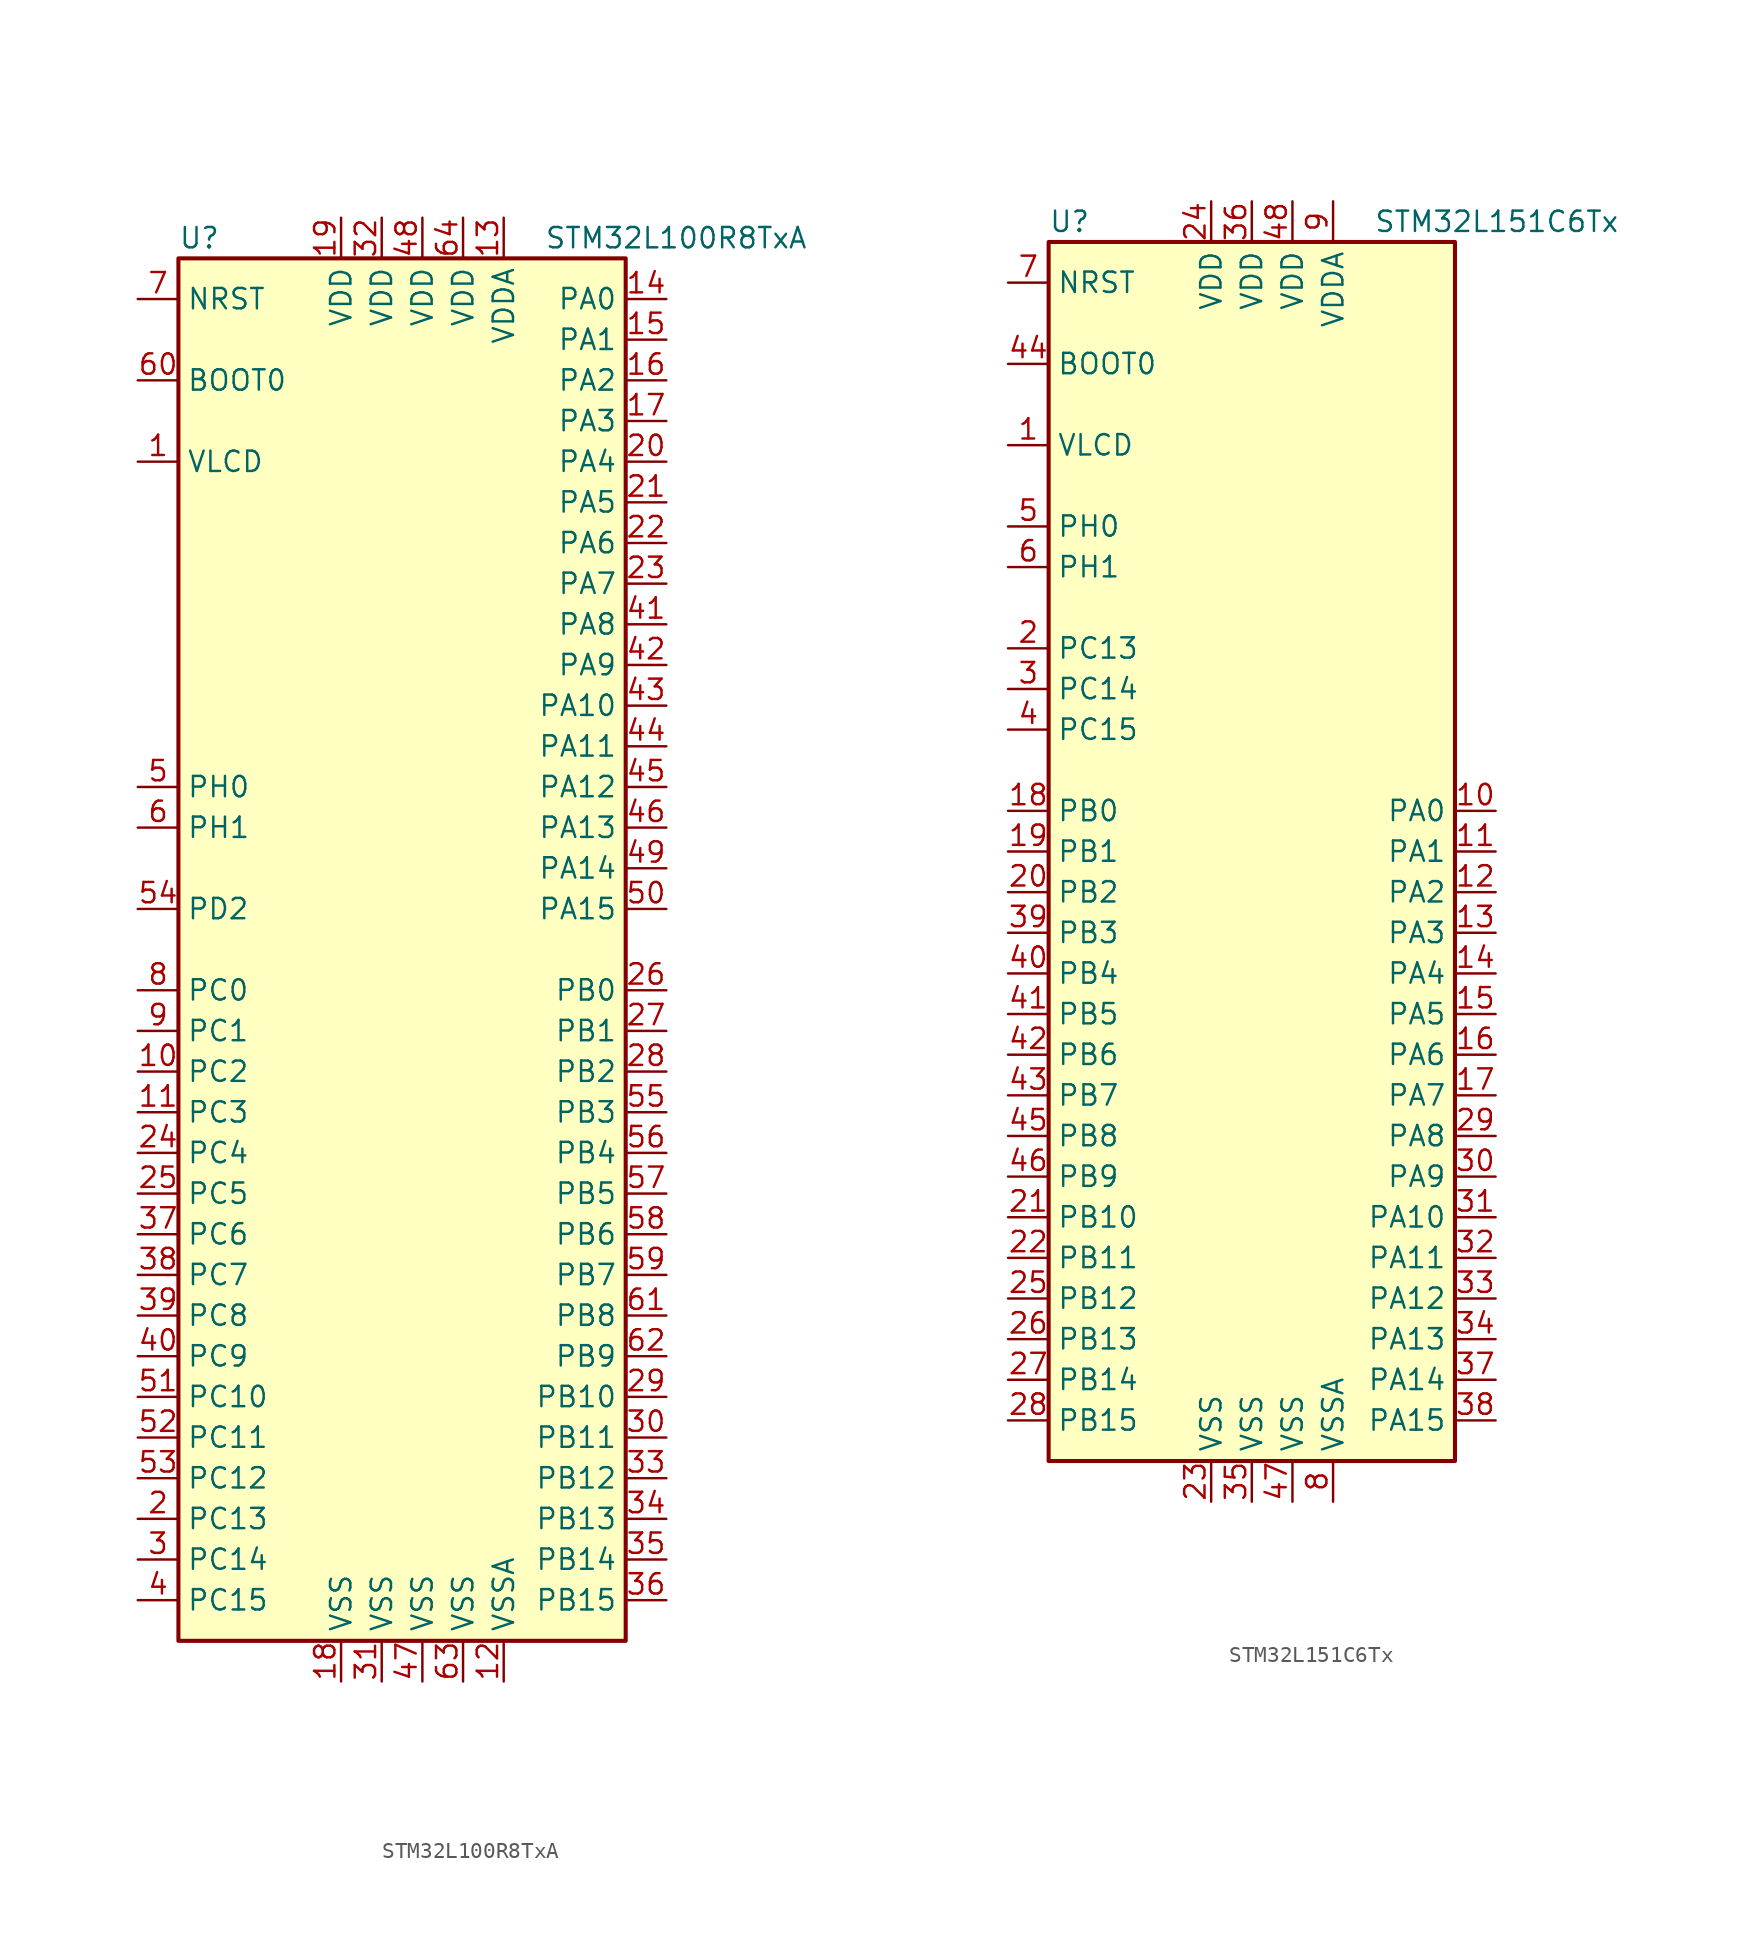
<source format=kicad_sym>
(kicad_symbol_lib
  (version 20211014)
  (generator kicad_symbol_editor)
  (symbol "STM32L100R8TxA"
    (property "Reference" "U"
      (at -15.24 44.45 0)
      (effects (font (size 1.27 1.27)) (justify left)))
    (property "Value" "STM32L100R8TxA"
      (at 7.62 44.45 0)
      (effects (font (size 1.27 1.27)) (justify left)))
    (symbol "STM32L100R8TxA_0_1"
      (rectangle (start -15.24 -43.18) (end 12.7 43.18) (stroke (width 0.254) (type default) (color 0 0 0 0)) (fill (type background))))
    (symbol "STM32L100R8TxA_1_1"
      (pin power_in line (at -17.78 30.48 0) (length 2.54) (name "VLCD" (effects (font (size 1.27 1.27)))) (number "1" (effects (font (size 1.27 1.27)))))
      (pin bidirectional line (at -17.78 -7.62 0) (length 2.54) (name "PC2" (effects (font (size 1.27 1.27)))) (number "10" (effects (font (size 1.27 1.27)))))
      (pin bidirectional line (at -17.78 -10.16 0) (length 2.54) (name "PC3" (effects (font (size 1.27 1.27)))) (number "11" (effects (font (size 1.27 1.27)))))
      (pin power_in line (at 5.08 -45.72 90) (length 2.54) (name "VSSA" (effects (font (size 1.27 1.27)))) (number "12" (effects (font (size 1.27 1.27)))))
      (pin power_in line (at 5.08 45.72 270) (length 2.54) (name "VDDA" (effects (font (size 1.27 1.27)))) (number "13" (effects (font (size 1.27 1.27)))))
      (pin bidirectional line (at 15.24 40.64 180) (length 2.54) (name "PA0" (effects (font (size 1.27 1.27)))) (number "14" (effects (font (size 1.27 1.27)))))
      (pin bidirectional line (at 15.24 38.1 180) (length 2.54) (name "PA1" (effects (font (size 1.27 1.27)))) (number "15" (effects (font (size 1.27 1.27)))))
      (pin bidirectional line (at 15.24 35.56 180) (length 2.54) (name "PA2" (effects (font (size 1.27 1.27)))) (number "16" (effects (font (size 1.27 1.27)))))
      (pin bidirectional line (at 15.24 33.02 180) (length 2.54) (name "PA3" (effects (font (size 1.27 1.27)))) (number "17" (effects (font (size 1.27 1.27)))))
      (pin power_in line (at -5.08 -45.72 90) (length 2.54) (name "VSS" (effects (font (size 1.27 1.27)))) (number "18" (effects (font (size 1.27 1.27)))))
      (pin power_in line (at -5.08 45.72 270) (length 2.54) (name "VDD" (effects (font (size 1.27 1.27)))) (number "19" (effects (font (size 1.27 1.27)))))
      (pin bidirectional line (at -17.78 -35.56 0) (length 2.54) (name "PC13" (effects (font (size 1.27 1.27)))) (number "2" (effects (font (size 1.27 1.27)))))
      (pin bidirectional line (at 15.24 30.48 180) (length 2.54) (name "PA4" (effects (font (size 1.27 1.27)))) (number "20" (effects (font (size 1.27 1.27)))))
      (pin bidirectional line (at 15.24 27.94 180) (length 2.54) (name "PA5" (effects (font (size 1.27 1.27)))) (number "21" (effects (font (size 1.27 1.27)))))
      (pin bidirectional line (at 15.24 25.4 180) (length 2.54) (name "PA6" (effects (font (size 1.27 1.27)))) (number "22" (effects (font (size 1.27 1.27)))))
      (pin bidirectional line (at 15.24 22.86 180) (length 2.54) (name "PA7" (effects (font (size 1.27 1.27)))) (number "23" (effects (font (size 1.27 1.27)))))
      (pin bidirectional line (at -17.78 -12.7 0) (length 2.54) (name "PC4" (effects (font (size 1.27 1.27)))) (number "24" (effects (font (size 1.27 1.27)))))
      (pin bidirectional line (at -17.78 -15.24 0) (length 2.54) (name "PC5" (effects (font (size 1.27 1.27)))) (number "25" (effects (font (size 1.27 1.27)))))
      (pin bidirectional line (at 15.24 -2.54 180) (length 2.54) (name "PB0" (effects (font (size 1.27 1.27)))) (number "26" (effects (font (size 1.27 1.27)))))
      (pin bidirectional line (at 15.24 -5.08 180) (length 2.54) (name "PB1" (effects (font (size 1.27 1.27)))) (number "27" (effects (font (size 1.27 1.27)))))
      (pin bidirectional line (at 15.24 -7.62 180) (length 2.54) (name "PB2" (effects (font (size 1.27 1.27)))) (number "28" (effects (font (size 1.27 1.27)))))
      (pin bidirectional line (at 15.24 -27.94 180) (length 2.54) (name "PB10" (effects (font (size 1.27 1.27)))) (number "29" (effects (font (size 1.27 1.27)))))
      (pin bidirectional line (at -17.78 -38.1 0) (length 2.54) (name "PC14" (effects (font (size 1.27 1.27)))) (number "3" (effects (font (size 1.27 1.27)))))
      (pin bidirectional line (at 15.24 -30.48 180) (length 2.54) (name "PB11" (effects (font (size 1.27 1.27)))) (number "30" (effects (font (size 1.27 1.27)))))
      (pin power_in line (at -2.54 -45.72 90) (length 2.54) (name "VSS" (effects (font (size 1.27 1.27)))) (number "31" (effects (font (size 1.27 1.27)))))
      (pin power_in line (at -2.54 45.72 270) (length 2.54) (name "VDD" (effects (font (size 1.27 1.27)))) (number "32" (effects (font (size 1.27 1.27)))))
      (pin bidirectional line (at 15.24 -33.02 180) (length 2.54) (name "PB12" (effects (font (size 1.27 1.27)))) (number "33" (effects (font (size 1.27 1.27)))))
      (pin bidirectional line (at 15.24 -35.56 180) (length 2.54) (name "PB13" (effects (font (size 1.27 1.27)))) (number "34" (effects (font (size 1.27 1.27)))))
      (pin bidirectional line (at 15.24 -38.1 180) (length 2.54) (name "PB14" (effects (font (size 1.27 1.27)))) (number "35" (effects (font (size 1.27 1.27)))))
      (pin bidirectional line (at 15.24 -40.64 180) (length 2.54) (name "PB15" (effects (font (size 1.27 1.27)))) (number "36" (effects (font (size 1.27 1.27)))))
      (pin bidirectional line (at -17.78 -17.78 0) (length 2.54) (name "PC6" (effects (font (size 1.27 1.27)))) (number "37" (effects (font (size 1.27 1.27)))))
      (pin bidirectional line (at -17.78 -20.32 0) (length 2.54) (name "PC7" (effects (font (size 1.27 1.27)))) (number "38" (effects (font (size 1.27 1.27)))))
      (pin bidirectional line (at -17.78 -22.86 0) (length 2.54) (name "PC8" (effects (font (size 1.27 1.27)))) (number "39" (effects (font (size 1.27 1.27)))))
      (pin bidirectional line (at -17.78 -40.64 0) (length 2.54) (name "PC15" (effects (font (size 1.27 1.27)))) (number "4" (effects (font (size 1.27 1.27)))))
      (pin bidirectional line (at -17.78 -25.4 0) (length 2.54) (name "PC9" (effects (font (size 1.27 1.27)))) (number "40" (effects (font (size 1.27 1.27)))))
      (pin bidirectional line (at 15.24 20.32 180) (length 2.54) (name "PA8" (effects (font (size 1.27 1.27)))) (number "41" (effects (font (size 1.27 1.27)))))
      (pin bidirectional line (at 15.24 17.78 180) (length 2.54) (name "PA9" (effects (font (size 1.27 1.27)))) (number "42" (effects (font (size 1.27 1.27)))))
      (pin bidirectional line (at 15.24 15.24 180) (length 2.54) (name "PA10" (effects (font (size 1.27 1.27)))) (number "43" (effects (font (size 1.27 1.27)))))
      (pin bidirectional line (at 15.24 12.7 180) (length 2.54) (name "PA11" (effects (font (size 1.27 1.27)))) (number "44" (effects (font (size 1.27 1.27)))))
      (pin bidirectional line (at 15.24 10.16 180) (length 2.54) (name "PA12" (effects (font (size 1.27 1.27)))) (number "45" (effects (font (size 1.27 1.27)))))
      (pin bidirectional line (at 15.24 7.62 180) (length 2.54) (name "PA13" (effects (font (size 1.27 1.27)))) (number "46" (effects (font (size 1.27 1.27)))))
      (pin power_in line (at 0 -45.72 90) (length 2.54) (name "VSS" (effects (font (size 1.27 1.27)))) (number "47" (effects (font (size 1.27 1.27)))))
      (pin power_in line (at 0 45.72 270) (length 2.54) (name "VDD" (effects (font (size 1.27 1.27)))) (number "48" (effects (font (size 1.27 1.27)))))
      (pin bidirectional line (at 15.24 5.08 180) (length 2.54) (name "PA14" (effects (font (size 1.27 1.27)))) (number "49" (effects (font (size 1.27 1.27)))))
      (pin input line (at -17.78 10.16 0) (length 2.54) (name "PH0" (effects (font (size 1.27 1.27)))) (number "5" (effects (font (size 1.27 1.27)))))
      (pin bidirectional line (at 15.24 2.54 180) (length 2.54) (name "PA15" (effects (font (size 1.27 1.27)))) (number "50" (effects (font (size 1.27 1.27)))))
      (pin bidirectional line (at -17.78 -27.94 0) (length 2.54) (name "PC10" (effects (font (size 1.27 1.27)))) (number "51" (effects (font (size 1.27 1.27)))))
      (pin bidirectional line (at -17.78 -30.48 0) (length 2.54) (name "PC11" (effects (font (size 1.27 1.27)))) (number "52" (effects (font (size 1.27 1.27)))))
      (pin bidirectional line (at -17.78 -33.02 0) (length 2.54) (name "PC12" (effects (font (size 1.27 1.27)))) (number "53" (effects (font (size 1.27 1.27)))))
      (pin bidirectional line (at -17.78 2.54 0) (length 2.54) (name "PD2" (effects (font (size 1.27 1.27)))) (number "54" (effects (font (size 1.27 1.27)))))
      (pin bidirectional line (at 15.24 -10.16 180) (length 2.54) (name "PB3" (effects (font (size 1.27 1.27)))) (number "55" (effects (font (size 1.27 1.27)))))
      (pin bidirectional line (at 15.24 -12.7 180) (length 2.54) (name "PB4" (effects (font (size 1.27 1.27)))) (number "56" (effects (font (size 1.27 1.27)))))
      (pin bidirectional line (at 15.24 -15.24 180) (length 2.54) (name "PB5" (effects (font (size 1.27 1.27)))) (number "57" (effects (font (size 1.27 1.27)))))
      (pin bidirectional line (at 15.24 -17.78 180) (length 2.54) (name "PB6" (effects (font (size 1.27 1.27)))) (number "58" (effects (font (size 1.27 1.27)))))
      (pin bidirectional line (at 15.24 -20.32 180) (length 2.54) (name "PB7" (effects (font (size 1.27 1.27)))) (number "59" (effects (font (size 1.27 1.27)))))
      (pin input line (at -17.78 7.62 0) (length 2.54) (name "PH1" (effects (font (size 1.27 1.27)))) (number "6" (effects (font (size 1.27 1.27)))))
      (pin input line (at -17.78 35.56 0) (length 2.54) (name "BOOT0" (effects (font (size 1.27 1.27)))) (number "60" (effects (font (size 1.27 1.27)))))
      (pin bidirectional line (at 15.24 -22.86 180) (length 2.54) (name "PB8" (effects (font (size 1.27 1.27)))) (number "61" (effects (font (size 1.27 1.27)))))
      (pin bidirectional line (at 15.24 -25.4 180) (length 2.54) (name "PB9" (effects (font (size 1.27 1.27)))) (number "62" (effects (font (size 1.27 1.27)))))
      (pin power_in line (at 2.54 -45.72 90) (length 2.54) (name "VSS" (effects (font (size 1.27 1.27)))) (number "63" (effects (font (size 1.27 1.27)))))
      (pin power_in line (at 2.54 45.72 270) (length 2.54) (name "VDD" (effects (font (size 1.27 1.27)))) (number "64" (effects (font (size 1.27 1.27)))))
      (pin input line (at -17.78 40.64 0) (length 2.54) (name "NRST" (effects (font (size 1.27 1.27)))) (number "7" (effects (font (size 1.27 1.27)))))
      (pin bidirectional line (at -17.78 -2.54 0) (length 2.54) (name "PC0" (effects (font (size 1.27 1.27)))) (number "8" (effects (font (size 1.27 1.27)))))
      (pin bidirectional line (at -17.78 -5.08 0) (length 2.54) (name "PC1" (effects (font (size 1.27 1.27)))) (number "9" (effects (font (size 1.27 1.27)))))))
  (symbol "STM32L151C6Tx"
    (property "Reference" "U"
      (at -12.7 39.37 0)
      (effects (font (size 1.27 1.27)) (justify left)))
    (property "Value" "STM32L151C6Tx"
      (at 7.62 39.37 0)
      (effects (font (size 1.27 1.27)) (justify left)))
    (symbol "STM32L151C6Tx_0_1"
      (rectangle (start -12.7 -38.1) (end 12.7 38.1) (stroke (width 0.254) (type default) (color 0 0 0 0)) (fill (type background))))
    (symbol "STM32L151C6Tx_1_1"
      (pin power_in line (at -15.24 25.4 0) (length 2.54) (name "VLCD" (effects (font (size 1.27 1.27)))) (number "1" (effects (font (size 1.27 1.27)))))
      (pin bidirectional line (at 15.24 2.54 180) (length 2.54) (name "PA0" (effects (font (size 1.27 1.27)))) (number "10" (effects (font (size 1.27 1.27)))))
      (pin bidirectional line (at 15.24 0 180) (length 2.54) (name "PA1" (effects (font (size 1.27 1.27)))) (number "11" (effects (font (size 1.27 1.27)))))
      (pin bidirectional line (at 15.24 -2.54 180) (length 2.54) (name "PA2" (effects (font (size 1.27 1.27)))) (number "12" (effects (font (size 1.27 1.27)))))
      (pin bidirectional line (at 15.24 -5.08 180) (length 2.54) (name "PA3" (effects (font (size 1.27 1.27)))) (number "13" (effects (font (size 1.27 1.27)))))
      (pin bidirectional line (at 15.24 -7.62 180) (length 2.54) (name "PA4" (effects (font (size 1.27 1.27)))) (number "14" (effects (font (size 1.27 1.27)))))
      (pin bidirectional line (at 15.24 -10.16 180) (length 2.54) (name "PA5" (effects (font (size 1.27 1.27)))) (number "15" (effects (font (size 1.27 1.27)))))
      (pin bidirectional line (at 15.24 -12.7 180) (length 2.54) (name "PA6" (effects (font (size 1.27 1.27)))) (number "16" (effects (font (size 1.27 1.27)))))
      (pin bidirectional line (at 15.24 -15.24 180) (length 2.54) (name "PA7" (effects (font (size 1.27 1.27)))) (number "17" (effects (font (size 1.27 1.27)))))
      (pin bidirectional line (at -15.24 2.54 0) (length 2.54) (name "PB0" (effects (font (size 1.27 1.27)))) (number "18" (effects (font (size 1.27 1.27)))))
      (pin bidirectional line (at -15.24 0 0) (length 2.54) (name "PB1" (effects (font (size 1.27 1.27)))) (number "19" (effects (font (size 1.27 1.27)))))
      (pin bidirectional line (at -15.24 12.7 0) (length 2.54) (name "PC13" (effects (font (size 1.27 1.27)))) (number "2" (effects (font (size 1.27 1.27)))))
      (pin bidirectional line (at -15.24 -2.54 0) (length 2.54) (name "PB2" (effects (font (size 1.27 1.27)))) (number "20" (effects (font (size 1.27 1.27)))))
      (pin bidirectional line (at -15.24 -22.86 0) (length 2.54) (name "PB10" (effects (font (size 1.27 1.27)))) (number "21" (effects (font (size 1.27 1.27)))))
      (pin bidirectional line (at -15.24 -25.4 0) (length 2.54) (name "PB11" (effects (font (size 1.27 1.27)))) (number "22" (effects (font (size 1.27 1.27)))))
      (pin power_in line (at -2.54 -40.64 90) (length 2.54) (name "VSS" (effects (font (size 1.27 1.27)))) (number "23" (effects (font (size 1.27 1.27)))))
      (pin power_in line (at -2.54 40.64 270) (length 2.54) (name "VDD" (effects (font (size 1.27 1.27)))) (number "24" (effects (font (size 1.27 1.27)))))
      (pin bidirectional line (at -15.24 -27.94 0) (length 2.54) (name "PB12" (effects (font (size 1.27 1.27)))) (number "25" (effects (font (size 1.27 1.27)))))
      (pin bidirectional line (at -15.24 -30.48 0) (length 2.54) (name "PB13" (effects (font (size 1.27 1.27)))) (number "26" (effects (font (size 1.27 1.27)))))
      (pin bidirectional line (at -15.24 -33.02 0) (length 2.54) (name "PB14" (effects (font (size 1.27 1.27)))) (number "27" (effects (font (size 1.27 1.27)))))
      (pin bidirectional line (at -15.24 -35.56 0) (length 2.54) (name "PB15" (effects (font (size 1.27 1.27)))) (number "28" (effects (font (size 1.27 1.27)))))
      (pin bidirectional line (at 15.24 -17.78 180) (length 2.54) (name "PA8" (effects (font (size 1.27 1.27)))) (number "29" (effects (font (size 1.27 1.27)))))
      (pin bidirectional line (at -15.24 10.16 0) (length 2.54) (name "PC14" (effects (font (size 1.27 1.27)))) (number "3" (effects (font (size 1.27 1.27)))))
      (pin bidirectional line (at 15.24 -20.32 180) (length 2.54) (name "PA9" (effects (font (size 1.27 1.27)))) (number "30" (effects (font (size 1.27 1.27)))))
      (pin bidirectional line (at 15.24 -22.86 180) (length 2.54) (name "PA10" (effects (font (size 1.27 1.27)))) (number "31" (effects (font (size 1.27 1.27)))))
      (pin bidirectional line (at 15.24 -25.4 180) (length 2.54) (name "PA11" (effects (font (size 1.27 1.27)))) (number "32" (effects (font (size 1.27 1.27)))))
      (pin bidirectional line (at 15.24 -27.94 180) (length 2.54) (name "PA12" (effects (font (size 1.27 1.27)))) (number "33" (effects (font (size 1.27 1.27)))))
      (pin bidirectional line (at 15.24 -30.48 180) (length 2.54) (name "PA13" (effects (font (size 1.27 1.27)))) (number "34" (effects (font (size 1.27 1.27)))))
      (pin power_in line (at 0 -40.64 90) (length 2.54) (name "VSS" (effects (font (size 1.27 1.27)))) (number "35" (effects (font (size 1.27 1.27)))))
      (pin power_in line (at 0 40.64 270) (length 2.54) (name "VDD" (effects (font (size 1.27 1.27)))) (number "36" (effects (font (size 1.27 1.27)))))
      (pin bidirectional line (at 15.24 -33.02 180) (length 2.54) (name "PA14" (effects (font (size 1.27 1.27)))) (number "37" (effects (font (size 1.27 1.27)))))
      (pin bidirectional line (at 15.24 -35.56 180) (length 2.54) (name "PA15" (effects (font (size 1.27 1.27)))) (number "38" (effects (font (size 1.27 1.27)))))
      (pin bidirectional line (at -15.24 -5.08 0) (length 2.54) (name "PB3" (effects (font (size 1.27 1.27)))) (number "39" (effects (font (size 1.27 1.27)))))
      (pin bidirectional line (at -15.24 7.62 0) (length 2.54) (name "PC15" (effects (font (size 1.27 1.27)))) (number "4" (effects (font (size 1.27 1.27)))))
      (pin bidirectional line (at -15.24 -7.62 0) (length 2.54) (name "PB4" (effects (font (size 1.27 1.27)))) (number "40" (effects (font (size 1.27 1.27)))))
      (pin bidirectional line (at -15.24 -10.16 0) (length 2.54) (name "PB5" (effects (font (size 1.27 1.27)))) (number "41" (effects (font (size 1.27 1.27)))))
      (pin bidirectional line (at -15.24 -12.7 0) (length 2.54) (name "PB6" (effects (font (size 1.27 1.27)))) (number "42" (effects (font (size 1.27 1.27)))))
      (pin bidirectional line (at -15.24 -15.24 0) (length 2.54) (name "PB7" (effects (font (size 1.27 1.27)))) (number "43" (effects (font (size 1.27 1.27)))))
      (pin input line (at -15.24 30.48 0) (length 2.54) (name "BOOT0" (effects (font (size 1.27 1.27)))) (number "44" (effects (font (size 1.27 1.27)))))
      (pin bidirectional line (at -15.24 -17.78 0) (length 2.54) (name "PB8" (effects (font (size 1.27 1.27)))) (number "45" (effects (font (size 1.27 1.27)))))
      (pin bidirectional line (at -15.24 -20.32 0) (length 2.54) (name "PB9" (effects (font (size 1.27 1.27)))) (number "46" (effects (font (size 1.27 1.27)))))
      (pin power_in line (at 2.54 -40.64 90) (length 2.54) (name "VSS" (effects (font (size 1.27 1.27)))) (number "47" (effects (font (size 1.27 1.27)))))
      (pin power_in line (at 2.54 40.64 270) (length 2.54) (name "VDD" (effects (font (size 1.27 1.27)))) (number "48" (effects (font (size 1.27 1.27)))))
      (pin input line (at -15.24 20.32 0) (length 2.54) (name "PH0" (effects (font (size 1.27 1.27)))) (number "5" (effects (font (size 1.27 1.27)))))
      (pin input line (at -15.24 17.78 0) (length 2.54) (name "PH1" (effects (font (size 1.27 1.27)))) (number "6" (effects (font (size 1.27 1.27)))))
      (pin input line (at -15.24 35.56 0) (length 2.54) (name "NRST" (effects (font (size 1.27 1.27)))) (number "7" (effects (font (size 1.27 1.27)))))
      (pin power_in line (at 5.08 -40.64 90) (length 2.54) (name "VSSA" (effects (font (size 1.27 1.27)))) (number "8" (effects (font (size 1.27 1.27)))))
      (pin power_in line (at 5.08 40.64 270) (length 2.54) (name "VDDA" (effects (font (size 1.27 1.27)))) (number "9" (effects (font (size 1.27 1.27))))))))
</source>
